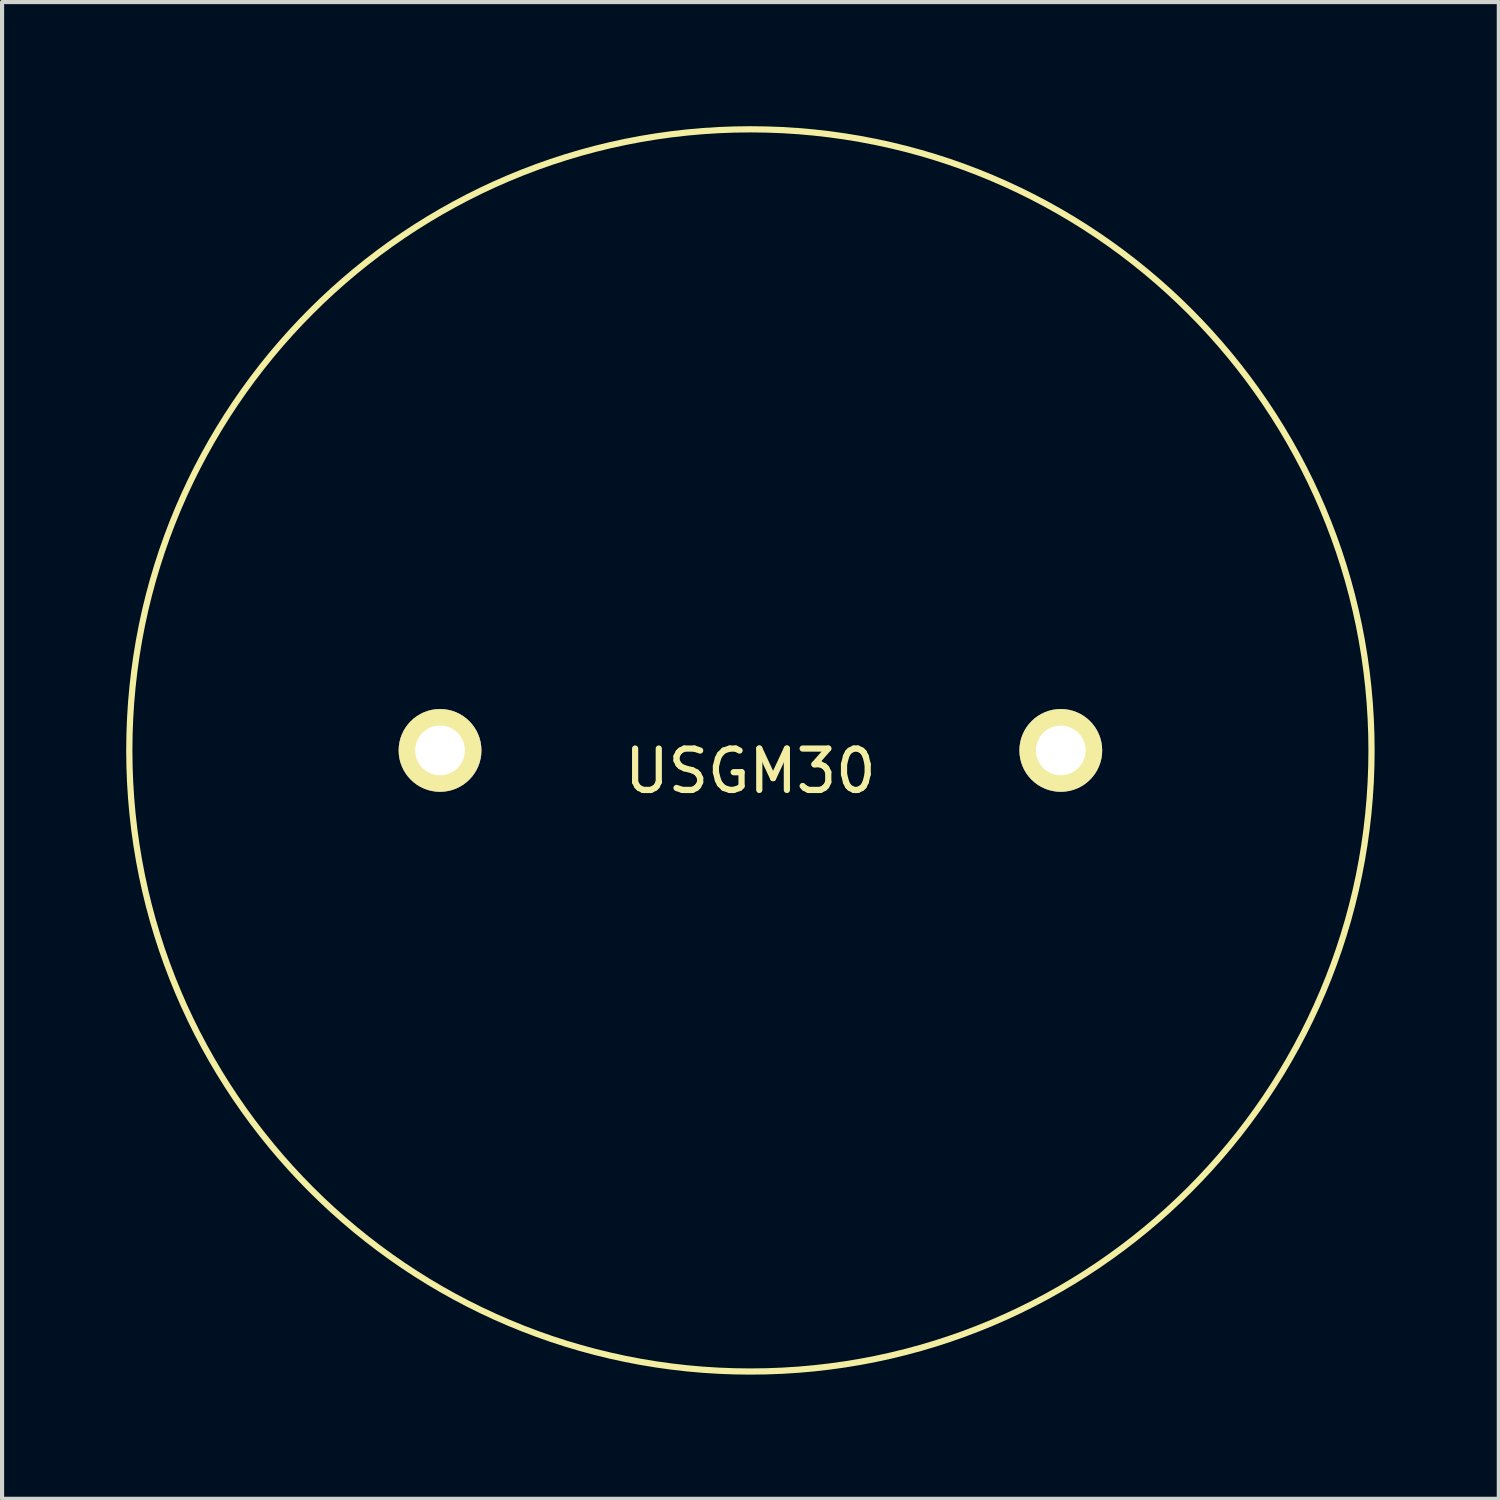
<source format=kicad_pcb>
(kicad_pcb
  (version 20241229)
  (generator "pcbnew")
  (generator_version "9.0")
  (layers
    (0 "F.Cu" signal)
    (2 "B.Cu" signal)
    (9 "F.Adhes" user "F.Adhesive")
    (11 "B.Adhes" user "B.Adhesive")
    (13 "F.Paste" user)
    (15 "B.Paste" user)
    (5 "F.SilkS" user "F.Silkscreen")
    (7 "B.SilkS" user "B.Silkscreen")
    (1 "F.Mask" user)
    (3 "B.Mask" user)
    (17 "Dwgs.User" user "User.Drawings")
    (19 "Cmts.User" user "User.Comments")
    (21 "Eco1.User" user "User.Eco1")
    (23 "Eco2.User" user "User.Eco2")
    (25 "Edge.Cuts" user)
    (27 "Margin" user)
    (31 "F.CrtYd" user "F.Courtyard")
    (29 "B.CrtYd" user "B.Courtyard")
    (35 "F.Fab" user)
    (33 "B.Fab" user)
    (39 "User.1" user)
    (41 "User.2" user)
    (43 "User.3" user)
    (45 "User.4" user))
  (footprint "USGM30"
    (layer "F.Cu")
    (at 15.083 15.083)
    (property "Reference" "USGM30" (at 0 0.5 0) (layer "F.SilkS") (effects (font (size 1 1) (thickness 0.15))))
    (attr through_hole)
    (fp_circle (center 0 0) (end 15 -0.5) (stroke (width 0.15) (type solid)) (fill no) (layer "F.SilkS"))
    (pad "1" thru_hole circle (at -7.5 0) (size 2 2) (drill 1.2) (layers "*.Cu" "*.Mask" "F.SilkS"))
    (pad "2" thru_hole circle (at 7.5 0) (size 2 2) (drill 1.2) (layers "*.Cu" "*.Mask" "F.SilkS")))
  (gr_rect
    (start -3 -3)
    (end 33.167 33.167)
    (stroke (width 0.1) (type default))
    (fill no)
    (layer "Edge.Cuts")))
</source>
